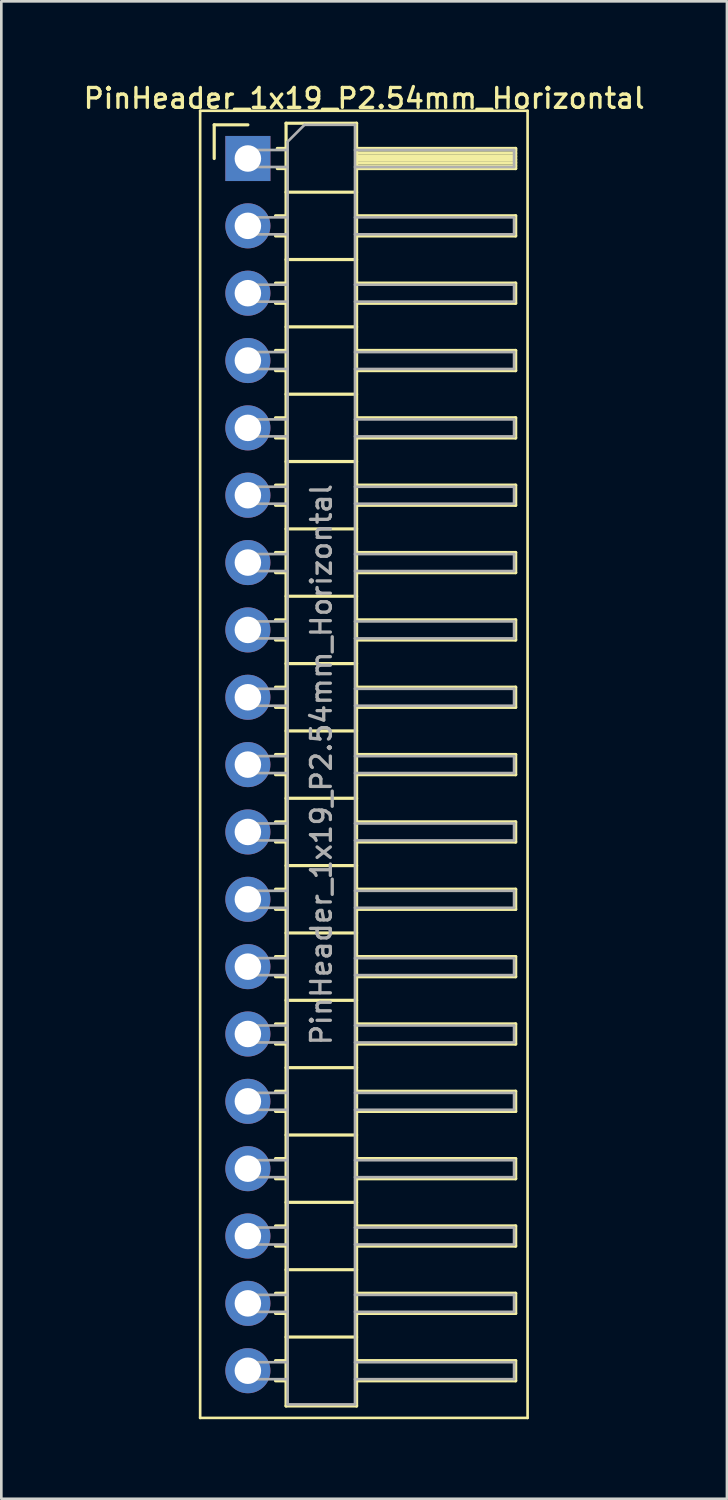
<source format=kicad_pcb>
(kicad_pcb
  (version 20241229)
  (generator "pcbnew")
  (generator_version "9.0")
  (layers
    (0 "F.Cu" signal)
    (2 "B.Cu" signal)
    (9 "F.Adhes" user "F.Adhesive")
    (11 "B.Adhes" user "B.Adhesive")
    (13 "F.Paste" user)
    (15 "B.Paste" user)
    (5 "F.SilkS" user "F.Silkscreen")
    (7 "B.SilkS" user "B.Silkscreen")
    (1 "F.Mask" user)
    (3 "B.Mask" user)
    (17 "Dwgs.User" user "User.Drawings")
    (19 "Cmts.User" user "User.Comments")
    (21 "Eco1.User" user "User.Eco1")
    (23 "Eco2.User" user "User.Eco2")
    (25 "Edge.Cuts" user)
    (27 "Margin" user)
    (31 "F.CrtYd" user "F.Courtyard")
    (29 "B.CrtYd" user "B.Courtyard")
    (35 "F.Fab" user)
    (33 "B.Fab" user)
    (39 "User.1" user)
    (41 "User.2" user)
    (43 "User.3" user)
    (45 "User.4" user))
  (footprint "PinHeader_1x19_P2.54mm_Horizontal"
    (layer "F.Cu")
    (at 6.299 2.928)
    (property "Reference" "PinHeader_1x19_P2.54mm_Horizontal" (at 4.385 -2.27 0) (layer "F.SilkS") (effects (font (size 0.75 0.75) (thickness 0.125))))
    (attr through_hole)
    (fp_line (start -1.8 -1.8) (end -1.8 47.5) (stroke (width 0.1) (type solid)) (layer "F.SilkS"))
    (fp_line (start -1.8 47.5) (end 10.55 47.5) (stroke (width 0.1) (type solid)) (layer "F.SilkS"))
    (fp_line (start -1.27 -1.27) (end 0 -1.27) (stroke (width 0.12) (type solid)) (layer "F.SilkS"))
    (fp_line (start -1.27 0) (end -1.27 -1.27) (stroke (width 0.12) (type solid)) (layer "F.SilkS"))
    (fp_line (start 1.043 2.16) (end 1.44 2.16) (stroke (width 0.12) (type solid)) (layer "F.SilkS"))
    (fp_line (start 1.043 2.92) (end 1.44 2.92) (stroke (width 0.12) (type solid)) (layer "F.SilkS"))
    (fp_line (start 1.043 4.7) (end 1.44 4.7) (stroke (width 0.12) (type solid)) (layer "F.SilkS"))
    (fp_line (start 1.043 5.46) (end 1.44 5.46) (stroke (width 0.12) (type solid)) (layer "F.SilkS"))
    (fp_line (start 1.043 7.24) (end 1.44 7.24) (stroke (width 0.12) (type solid)) (layer "F.SilkS"))
    (fp_line (start 1.043 8) (end 1.44 8) (stroke (width 0.12) (type solid)) (layer "F.SilkS"))
    (fp_line (start 1.043 9.78) (end 1.44 9.78) (stroke (width 0.12) (type solid)) (layer "F.SilkS"))
    (fp_line (start 1.043 10.54) (end 1.44 10.54) (stroke (width 0.12) (type solid)) (layer "F.SilkS"))
    (fp_line (start 1.043 12.32) (end 1.44 12.32) (stroke (width 0.12) (type solid)) (layer "F.SilkS"))
    (fp_line (start 1.043 13.08) (end 1.44 13.08) (stroke (width 0.12) (type solid)) (layer "F.SilkS"))
    (fp_line (start 1.043 14.86) (end 1.44 14.86) (stroke (width 0.12) (type solid)) (layer "F.SilkS"))
    (fp_line (start 1.043 15.62) (end 1.44 15.62) (stroke (width 0.12) (type solid)) (layer "F.SilkS"))
    (fp_line (start 1.043 17.4) (end 1.44 17.4) (stroke (width 0.12) (type solid)) (layer "F.SilkS"))
    (fp_line (start 1.043 18.16) (end 1.44 18.16) (stroke (width 0.12) (type solid)) (layer "F.SilkS"))
    (fp_line (start 1.043 19.94) (end 1.44 19.94) (stroke (width 0.12) (type solid)) (layer "F.SilkS"))
    (fp_line (start 1.043 20.7) (end 1.44 20.7) (stroke (width 0.12) (type solid)) (layer "F.SilkS"))
    (fp_line (start 1.043 22.48) (end 1.44 22.48) (stroke (width 0.12) (type solid)) (layer "F.SilkS"))
    (fp_line (start 1.043 23.24) (end 1.44 23.24) (stroke (width 0.12) (type solid)) (layer "F.SilkS"))
    (fp_line (start 1.043 25.02) (end 1.44 25.02) (stroke (width 0.12) (type solid)) (layer "F.SilkS"))
    (fp_line (start 1.043 25.78) (end 1.44 25.78) (stroke (width 0.12) (type solid)) (layer "F.SilkS"))
    (fp_line (start 1.043 27.56) (end 1.44 27.56) (stroke (width 0.12) (type solid)) (layer "F.SilkS"))
    (fp_line (start 1.043 28.32) (end 1.44 28.32) (stroke (width 0.12) (type solid)) (layer "F.SilkS"))
    (fp_line (start 1.043 30.1) (end 1.44 30.1) (stroke (width 0.12) (type solid)) (layer "F.SilkS"))
    (fp_line (start 1.043 30.86) (end 1.44 30.86) (stroke (width 0.12) (type solid)) (layer "F.SilkS"))
    (fp_line (start 1.043 32.64) (end 1.44 32.64) (stroke (width 0.12) (type solid)) (layer "F.SilkS"))
    (fp_line (start 1.043 33.4) (end 1.44 33.4) (stroke (width 0.12) (type solid)) (layer "F.SilkS"))
    (fp_line (start 1.043 35.18) (end 1.44 35.18) (stroke (width 0.12) (type solid)) (layer "F.SilkS"))
    (fp_line (start 1.043 35.94) (end 1.44 35.94) (stroke (width 0.12) (type solid)) (layer "F.SilkS"))
    (fp_line (start 1.043 37.72) (end 1.44 37.72) (stroke (width 0.12) (type solid)) (layer "F.SilkS"))
    (fp_line (start 1.043 38.48) (end 1.44 38.48) (stroke (width 0.12) (type solid)) (layer "F.SilkS"))
    (fp_line (start 1.043 40.26) (end 1.44 40.26) (stroke (width 0.12) (type solid)) (layer "F.SilkS"))
    (fp_line (start 1.043 41.02) (end 1.44 41.02) (stroke (width 0.12) (type solid)) (layer "F.SilkS"))
    (fp_line (start 1.043 42.8) (end 1.44 42.8) (stroke (width 0.12) (type solid)) (layer "F.SilkS"))
    (fp_line (start 1.043 43.56) (end 1.44 43.56) (stroke (width 0.12) (type solid)) (layer "F.SilkS"))
    (fp_line (start 1.043 45.34) (end 1.44 45.34) (stroke (width 0.12) (type solid)) (layer "F.SilkS"))
    (fp_line (start 1.043 46.1) (end 1.44 46.1) (stroke (width 0.12) (type solid)) (layer "F.SilkS"))
    (fp_line (start 1.11 -0.38) (end 1.44 -0.38) (stroke (width 0.12) (type solid)) (layer "F.SilkS"))
    (fp_line (start 1.11 0.38) (end 1.44 0.38) (stroke (width 0.12) (type solid)) (layer "F.SilkS"))
    (fp_line (start 1.44 -1.33) (end 1.44 47.05) (stroke (width 0.12) (type solid)) (layer "F.SilkS"))
    (fp_line (start 1.44 1.27) (end 4.1 1.27) (stroke (width 0.12) (type solid)) (layer "F.SilkS"))
    (fp_line (start 1.44 3.81) (end 4.1 3.81) (stroke (width 0.12) (type solid)) (layer "F.SilkS"))
    (fp_line (start 1.44 6.35) (end 4.1 6.35) (stroke (width 0.12) (type solid)) (layer "F.SilkS"))
    (fp_line (start 1.44 8.89) (end 4.1 8.89) (stroke (width 0.12) (type solid)) (layer "F.SilkS"))
    (fp_line (start 1.44 11.43) (end 4.1 11.43) (stroke (width 0.12) (type solid)) (layer "F.SilkS"))
    (fp_line (start 1.44 13.97) (end 4.1 13.97) (stroke (width 0.12) (type solid)) (layer "F.SilkS"))
    (fp_line (start 1.44 16.51) (end 4.1 16.51) (stroke (width 0.12) (type solid)) (layer "F.SilkS"))
    (fp_line (start 1.44 19.05) (end 4.1 19.05) (stroke (width 0.12) (type solid)) (layer "F.SilkS"))
    (fp_line (start 1.44 21.59) (end 4.1 21.59) (stroke (width 0.12) (type solid)) (layer "F.SilkS"))
    (fp_line (start 1.44 24.13) (end 4.1 24.13) (stroke (width 0.12) (type solid)) (layer "F.SilkS"))
    (fp_line (start 1.44 26.67) (end 4.1 26.67) (stroke (width 0.12) (type solid)) (layer "F.SilkS"))
    (fp_line (start 1.44 29.21) (end 4.1 29.21) (stroke (width 0.12) (type solid)) (layer "F.SilkS"))
    (fp_line (start 1.44 31.75) (end 4.1 31.75) (stroke (width 0.12) (type solid)) (layer "F.SilkS"))
    (fp_line (start 1.44 34.29) (end 4.1 34.29) (stroke (width 0.12) (type solid)) (layer "F.SilkS"))
    (fp_line (start 1.44 36.83) (end 4.1 36.83) (stroke (width 0.12) (type solid)) (layer "F.SilkS"))
    (fp_line (start 1.44 39.37) (end 4.1 39.37) (stroke (width 0.12) (type solid)) (layer "F.SilkS"))
    (fp_line (start 1.44 41.91) (end 4.1 41.91) (stroke (width 0.12) (type solid)) (layer "F.SilkS"))
    (fp_line (start 1.44 44.45) (end 4.1 44.45) (stroke (width 0.12) (type solid)) (layer "F.SilkS"))
    (fp_line (start 1.44 47.05) (end 4.1 47.05) (stroke (width 0.12) (type solid)) (layer "F.SilkS"))
    (fp_line (start 4.1 -1.33) (end 1.44 -1.33) (stroke (width 0.12) (type solid)) (layer "F.SilkS"))
    (fp_line (start 4.1 -0.38) (end 10.1 -0.38) (stroke (width 0.12) (type solid)) (layer "F.SilkS"))
    (fp_line (start 4.1 -0.32) (end 10.1 -0.32) (stroke (width 0.12) (type solid)) (layer "F.SilkS"))
    (fp_line (start 4.1 -0.2) (end 10.1 -0.2) (stroke (width 0.12) (type solid)) (layer "F.SilkS"))
    (fp_line (start 4.1 -0.08) (end 10.1 -0.08) (stroke (width 0.12) (type solid)) (layer "F.SilkS"))
    (fp_line (start 4.1 0.04) (end 10.1 0.04) (stroke (width 0.12) (type solid)) (layer "F.SilkS"))
    (fp_line (start 4.1 0.16) (end 10.1 0.16) (stroke (width 0.12) (type solid)) (layer "F.SilkS"))
    (fp_line (start 4.1 0.28) (end 10.1 0.28) (stroke (width 0.12) (type solid)) (layer "F.SilkS"))
    (fp_line (start 4.1 2.16) (end 10.1 2.16) (stroke (width 0.12) (type solid)) (layer "F.SilkS"))
    (fp_line (start 4.1 4.7) (end 10.1 4.7) (stroke (width 0.12) (type solid)) (layer "F.SilkS"))
    (fp_line (start 4.1 7.24) (end 10.1 7.24) (stroke (width 0.12) (type solid)) (layer "F.SilkS"))
    (fp_line (start 4.1 9.78) (end 10.1 9.78) (stroke (width 0.12) (type solid)) (layer "F.SilkS"))
    (fp_line (start 4.1 12.32) (end 10.1 12.32) (stroke (width 0.12) (type solid)) (layer "F.SilkS"))
    (fp_line (start 4.1 14.86) (end 10.1 14.86) (stroke (width 0.12) (type solid)) (layer "F.SilkS"))
    (fp_line (start 4.1 17.4) (end 10.1 17.4) (stroke (width 0.12) (type solid)) (layer "F.SilkS"))
    (fp_line (start 4.1 19.94) (end 10.1 19.94) (stroke (width 0.12) (type solid)) (layer "F.SilkS"))
    (fp_line (start 4.1 22.48) (end 10.1 22.48) (stroke (width 0.12) (type solid)) (layer "F.SilkS"))
    (fp_line (start 4.1 25.02) (end 10.1 25.02) (stroke (width 0.12) (type solid)) (layer "F.SilkS"))
    (fp_line (start 4.1 27.56) (end 10.1 27.56) (stroke (width 0.12) (type solid)) (layer "F.SilkS"))
    (fp_line (start 4.1 30.1) (end 10.1 30.1) (stroke (width 0.12) (type solid)) (layer "F.SilkS"))
    (fp_line (start 4.1 32.64) (end 10.1 32.64) (stroke (width 0.12) (type solid)) (layer "F.SilkS"))
    (fp_line (start 4.1 35.18) (end 10.1 35.18) (stroke (width 0.12) (type solid)) (layer "F.SilkS"))
    (fp_line (start 4.1 37.72) (end 10.1 37.72) (stroke (width 0.12) (type solid)) (layer "F.SilkS"))
    (fp_line (start 4.1 40.26) (end 10.1 40.26) (stroke (width 0.12) (type solid)) (layer "F.SilkS"))
    (fp_line (start 4.1 42.8) (end 10.1 42.8) (stroke (width 0.12) (type solid)) (layer "F.SilkS"))
    (fp_line (start 4.1 45.34) (end 10.1 45.34) (stroke (width 0.12) (type solid)) (layer "F.SilkS"))
    (fp_line (start 4.1 47.05) (end 4.1 -1.33) (stroke (width 0.12) (type solid)) (layer "F.SilkS"))
    (fp_line (start 10.1 -0.38) (end 10.1 0.38) (stroke (width 0.12) (type solid)) (layer "F.SilkS"))
    (fp_line (start 10.1 0.38) (end 4.1 0.38) (stroke (width 0.12) (type solid)) (layer "F.SilkS"))
    (fp_line (start 10.1 2.16) (end 10.1 2.92) (stroke (width 0.12) (type solid)) (layer "F.SilkS"))
    (fp_line (start 10.1 2.92) (end 4.1 2.92) (stroke (width 0.12) (type solid)) (layer "F.SilkS"))
    (fp_line (start 10.1 4.7) (end 10.1 5.46) (stroke (width 0.12) (type solid)) (layer "F.SilkS"))
    (fp_line (start 10.1 5.46) (end 4.1 5.46) (stroke (width 0.12) (type solid)) (layer "F.SilkS"))
    (fp_line (start 10.1 7.24) (end 10.1 8) (stroke (width 0.12) (type solid)) (layer "F.SilkS"))
    (fp_line (start 10.1 8) (end 4.1 8) (stroke (width 0.12) (type solid)) (layer "F.SilkS"))
    (fp_line (start 10.1 9.78) (end 10.1 10.54) (stroke (width 0.12) (type solid)) (layer "F.SilkS"))
    (fp_line (start 10.1 10.54) (end 4.1 10.54) (stroke (width 0.12) (type solid)) (layer "F.SilkS"))
    (fp_line (start 10.1 12.32) (end 10.1 13.08) (stroke (width 0.12) (type solid)) (layer "F.SilkS"))
    (fp_line (start 10.1 13.08) (end 4.1 13.08) (stroke (width 0.12) (type solid)) (layer "F.SilkS"))
    (fp_line (start 10.1 14.86) (end 10.1 15.62) (stroke (width 0.12) (type solid)) (layer "F.SilkS"))
    (fp_line (start 10.1 15.62) (end 4.1 15.62) (stroke (width 0.12) (type solid)) (layer "F.SilkS"))
    (fp_line (start 10.1 17.4) (end 10.1 18.16) (stroke (width 0.12) (type solid)) (layer "F.SilkS"))
    (fp_line (start 10.1 18.16) (end 4.1 18.16) (stroke (width 0.12) (type solid)) (layer "F.SilkS"))
    (fp_line (start 10.1 19.94) (end 10.1 20.7) (stroke (width 0.12) (type solid)) (layer "F.SilkS"))
    (fp_line (start 10.1 20.7) (end 4.1 20.7) (stroke (width 0.12) (type solid)) (layer "F.SilkS"))
    (fp_line (start 10.1 22.48) (end 10.1 23.24) (stroke (width 0.12) (type solid)) (layer "F.SilkS"))
    (fp_line (start 10.1 23.24) (end 4.1 23.24) (stroke (width 0.12) (type solid)) (layer "F.SilkS"))
    (fp_line (start 10.1 25.02) (end 10.1 25.78) (stroke (width 0.12) (type solid)) (layer "F.SilkS"))
    (fp_line (start 10.1 25.78) (end 4.1 25.78) (stroke (width 0.12) (type solid)) (layer "F.SilkS"))
    (fp_line (start 10.1 27.56) (end 10.1 28.32) (stroke (width 0.12) (type solid)) (layer "F.SilkS"))
    (fp_line (start 10.1 28.32) (end 4.1 28.32) (stroke (width 0.12) (type solid)) (layer "F.SilkS"))
    (fp_line (start 10.1 30.1) (end 10.1 30.86) (stroke (width 0.12) (type solid)) (layer "F.SilkS"))
    (fp_line (start 10.1 30.86) (end 4.1 30.86) (stroke (width 0.12) (type solid)) (layer "F.SilkS"))
    (fp_line (start 10.1 32.64) (end 10.1 33.4) (stroke (width 0.12) (type solid)) (layer "F.SilkS"))
    (fp_line (start 10.1 33.4) (end 4.1 33.4) (stroke (width 0.12) (type solid)) (layer "F.SilkS"))
    (fp_line (start 10.1 35.18) (end 10.1 35.94) (stroke (width 0.12) (type solid)) (layer "F.SilkS"))
    (fp_line (start 10.1 35.94) (end 4.1 35.94) (stroke (width 0.12) (type solid)) (layer "F.SilkS"))
    (fp_line (start 10.1 37.72) (end 10.1 38.48) (stroke (width 0.12) (type solid)) (layer "F.SilkS"))
    (fp_line (start 10.1 38.48) (end 4.1 38.48) (stroke (width 0.12) (type solid)) (layer "F.SilkS"))
    (fp_line (start 10.1 40.26) (end 10.1 41.02) (stroke (width 0.12) (type solid)) (layer "F.SilkS"))
    (fp_line (start 10.1 41.02) (end 4.1 41.02) (stroke (width 0.12) (type solid)) (layer "F.SilkS"))
    (fp_line (start 10.1 42.8) (end 10.1 43.56) (stroke (width 0.12) (type solid)) (layer "F.SilkS"))
    (fp_line (start 10.1 43.56) (end 4.1 43.56) (stroke (width 0.12) (type solid)) (layer "F.SilkS"))
    (fp_line (start 10.1 45.34) (end 10.1 46.1) (stroke (width 0.12) (type solid)) (layer "F.SilkS"))
    (fp_line (start 10.1 46.1) (end 4.1 46.1) (stroke (width 0.12) (type solid)) (layer "F.SilkS"))
    (fp_line (start 10.55 -1.8) (end -1.8 -1.8) (stroke (width 0.1) (type solid)) (layer "F.SilkS"))
    (fp_line (start 10.55 47.5) (end 10.55 -1.8) (stroke (width 0.1) (type solid)) (layer "F.SilkS"))
    (fp_line (start -0.32 -0.32) (end -0.32 0.32) (stroke (width 0.1) (type solid)) (layer "F.Fab"))
    (fp_line (start -0.32 -0.32) (end 1.5 -0.32) (stroke (width 0.1) (type solid)) (layer "F.Fab"))
    (fp_line (start -0.32 0.32) (end 1.5 0.32) (stroke (width 0.1) (type solid)) (layer "F.Fab"))
    (fp_line (start -0.32 2.22) (end -0.32 2.86) (stroke (width 0.1) (type solid)) (layer "F.Fab"))
    (fp_line (start -0.32 2.22) (end 1.5 2.22) (stroke (width 0.1) (type solid)) (layer "F.Fab"))
    (fp_line (start -0.32 2.86) (end 1.5 2.86) (stroke (width 0.1) (type solid)) (layer "F.Fab"))
    (fp_line (start -0.32 4.76) (end -0.32 5.4) (stroke (width 0.1) (type solid)) (layer "F.Fab"))
    (fp_line (start -0.32 4.76) (end 1.5 4.76) (stroke (width 0.1) (type solid)) (layer "F.Fab"))
    (fp_line (start -0.32 5.4) (end 1.5 5.4) (stroke (width 0.1) (type solid)) (layer "F.Fab"))
    (fp_line (start -0.32 7.3) (end -0.32 7.94) (stroke (width 0.1) (type solid)) (layer "F.Fab"))
    (fp_line (start -0.32 7.3) (end 1.5 7.3) (stroke (width 0.1) (type solid)) (layer "F.Fab"))
    (fp_line (start -0.32 7.94) (end 1.5 7.94) (stroke (width 0.1) (type solid)) (layer "F.Fab"))
    (fp_line (start -0.32 9.84) (end -0.32 10.48) (stroke (width 0.1) (type solid)) (layer "F.Fab"))
    (fp_line (start -0.32 9.84) (end 1.5 9.84) (stroke (width 0.1) (type solid)) (layer "F.Fab"))
    (fp_line (start -0.32 10.48) (end 1.5 10.48) (stroke (width 0.1) (type solid)) (layer "F.Fab"))
    (fp_line (start -0.32 12.38) (end -0.32 13.02) (stroke (width 0.1) (type solid)) (layer "F.Fab"))
    (fp_line (start -0.32 12.38) (end 1.5 12.38) (stroke (width 0.1) (type solid)) (layer "F.Fab"))
    (fp_line (start -0.32 13.02) (end 1.5 13.02) (stroke (width 0.1) (type solid)) (layer "F.Fab"))
    (fp_line (start -0.32 14.92) (end -0.32 15.56) (stroke (width 0.1) (type solid)) (layer "F.Fab"))
    (fp_line (start -0.32 14.92) (end 1.5 14.92) (stroke (width 0.1) (type solid)) (layer "F.Fab"))
    (fp_line (start -0.32 15.56) (end 1.5 15.56) (stroke (width 0.1) (type solid)) (layer "F.Fab"))
    (fp_line (start -0.32 17.46) (end -0.32 18.1) (stroke (width 0.1) (type solid)) (layer "F.Fab"))
    (fp_line (start -0.32 17.46) (end 1.5 17.46) (stroke (width 0.1) (type solid)) (layer "F.Fab"))
    (fp_line (start -0.32 18.1) (end 1.5 18.1) (stroke (width 0.1) (type solid)) (layer "F.Fab"))
    (fp_line (start -0.32 20) (end -0.32 20.64) (stroke (width 0.1) (type solid)) (layer "F.Fab"))
    (fp_line (start -0.32 20) (end 1.5 20) (stroke (width 0.1) (type solid)) (layer "F.Fab"))
    (fp_line (start -0.32 20.64) (end 1.5 20.64) (stroke (width 0.1) (type solid)) (layer "F.Fab"))
    (fp_line (start -0.32 22.54) (end -0.32 23.18) (stroke (width 0.1) (type solid)) (layer "F.Fab"))
    (fp_line (start -0.32 22.54) (end 1.5 22.54) (stroke (width 0.1) (type solid)) (layer "F.Fab"))
    (fp_line (start -0.32 23.18) (end 1.5 23.18) (stroke (width 0.1) (type solid)) (layer "F.Fab"))
    (fp_line (start -0.32 25.08) (end -0.32 25.72) (stroke (width 0.1) (type solid)) (layer "F.Fab"))
    (fp_line (start -0.32 25.08) (end 1.5 25.08) (stroke (width 0.1) (type solid)) (layer "F.Fab"))
    (fp_line (start -0.32 25.72) (end 1.5 25.72) (stroke (width 0.1) (type solid)) (layer "F.Fab"))
    (fp_line (start -0.32 27.62) (end -0.32 28.26) (stroke (width 0.1) (type solid)) (layer "F.Fab"))
    (fp_line (start -0.32 27.62) (end 1.5 27.62) (stroke (width 0.1) (type solid)) (layer "F.Fab"))
    (fp_line (start -0.32 28.26) (end 1.5 28.26) (stroke (width 0.1) (type solid)) (layer "F.Fab"))
    (fp_line (start -0.32 30.16) (end -0.32 30.8) (stroke (width 0.1) (type solid)) (layer "F.Fab"))
    (fp_line (start -0.32 30.16) (end 1.5 30.16) (stroke (width 0.1) (type solid)) (layer "F.Fab"))
    (fp_line (start -0.32 30.8) (end 1.5 30.8) (stroke (width 0.1) (type solid)) (layer "F.Fab"))
    (fp_line (start -0.32 32.7) (end -0.32 33.34) (stroke (width 0.1) (type solid)) (layer "F.Fab"))
    (fp_line (start -0.32 32.7) (end 1.5 32.7) (stroke (width 0.1) (type solid)) (layer "F.Fab"))
    (fp_line (start -0.32 33.34) (end 1.5 33.34) (stroke (width 0.1) (type solid)) (layer "F.Fab"))
    (fp_line (start -0.32 35.24) (end -0.32 35.88) (stroke (width 0.1) (type solid)) (layer "F.Fab"))
    (fp_line (start -0.32 35.24) (end 1.5 35.24) (stroke (width 0.1) (type solid)) (layer "F.Fab"))
    (fp_line (start -0.32 35.88) (end 1.5 35.88) (stroke (width 0.1) (type solid)) (layer "F.Fab"))
    (fp_line (start -0.32 37.78) (end -0.32 38.42) (stroke (width 0.1) (type solid)) (layer "F.Fab"))
    (fp_line (start -0.32 37.78) (end 1.5 37.78) (stroke (width 0.1) (type solid)) (layer "F.Fab"))
    (fp_line (start -0.32 38.42) (end 1.5 38.42) (stroke (width 0.1) (type solid)) (layer "F.Fab"))
    (fp_line (start -0.32 40.32) (end -0.32 40.96) (stroke (width 0.1) (type solid)) (layer "F.Fab"))
    (fp_line (start -0.32 40.32) (end 1.5 40.32) (stroke (width 0.1) (type solid)) (layer "F.Fab"))
    (fp_line (start -0.32 40.96) (end 1.5 40.96) (stroke (width 0.1) (type solid)) (layer "F.Fab"))
    (fp_line (start -0.32 42.86) (end -0.32 43.5) (stroke (width 0.1) (type solid)) (layer "F.Fab"))
    (fp_line (start -0.32 42.86) (end 1.5 42.86) (stroke (width 0.1) (type solid)) (layer "F.Fab"))
    (fp_line (start -0.32 43.5) (end 1.5 43.5) (stroke (width 0.1) (type solid)) (layer "F.Fab"))
    (fp_line (start -0.32 45.4) (end -0.32 46.04) (stroke (width 0.1) (type solid)) (layer "F.Fab"))
    (fp_line (start -0.32 45.4) (end 1.5 45.4) (stroke (width 0.1) (type solid)) (layer "F.Fab"))
    (fp_line (start -0.32 46.04) (end 1.5 46.04) (stroke (width 0.1) (type solid)) (layer "F.Fab"))
    (fp_line (start 1.5 -0.635) (end 2.135 -1.27) (stroke (width 0.1) (type solid)) (layer "F.Fab"))
    (fp_line (start 1.5 46.99) (end 1.5 -0.635) (stroke (width 0.1) (type solid)) (layer "F.Fab"))
    (fp_line (start 2.135 -1.27) (end 4.04 -1.27) (stroke (width 0.1) (type solid)) (layer "F.Fab"))
    (fp_line (start 4.04 -1.27) (end 4.04 46.99) (stroke (width 0.1) (type solid)) (layer "F.Fab"))
    (fp_line (start 4.04 -0.32) (end 10.04 -0.32) (stroke (width 0.1) (type solid)) (layer "F.Fab"))
    (fp_line (start 4.04 0.32) (end 10.04 0.32) (stroke (width 0.1) (type solid)) (layer "F.Fab"))
    (fp_line (start 4.04 2.22) (end 10.04 2.22) (stroke (width 0.1) (type solid)) (layer "F.Fab"))
    (fp_line (start 4.04 2.86) (end 10.04 2.86) (stroke (width 0.1) (type solid)) (layer "F.Fab"))
    (fp_line (start 4.04 4.76) (end 10.04 4.76) (stroke (width 0.1) (type solid)) (layer "F.Fab"))
    (fp_line (start 4.04 5.4) (end 10.04 5.4) (stroke (width 0.1) (type solid)) (layer "F.Fab"))
    (fp_line (start 4.04 7.3) (end 10.04 7.3) (stroke (width 0.1) (type solid)) (layer "F.Fab"))
    (fp_line (start 4.04 7.94) (end 10.04 7.94) (stroke (width 0.1) (type solid)) (layer "F.Fab"))
    (fp_line (start 4.04 9.84) (end 10.04 9.84) (stroke (width 0.1) (type solid)) (layer "F.Fab"))
    (fp_line (start 4.04 10.48) (end 10.04 10.48) (stroke (width 0.1) (type solid)) (layer "F.Fab"))
    (fp_line (start 4.04 12.38) (end 10.04 12.38) (stroke (width 0.1) (type solid)) (layer "F.Fab"))
    (fp_line (start 4.04 13.02) (end 10.04 13.02) (stroke (width 0.1) (type solid)) (layer "F.Fab"))
    (fp_line (start 4.04 14.92) (end 10.04 14.92) (stroke (width 0.1) (type solid)) (layer "F.Fab"))
    (fp_line (start 4.04 15.56) (end 10.04 15.56) (stroke (width 0.1) (type solid)) (layer "F.Fab"))
    (fp_line (start 4.04 17.46) (end 10.04 17.46) (stroke (width 0.1) (type solid)) (layer "F.Fab"))
    (fp_line (start 4.04 18.1) (end 10.04 18.1) (stroke (width 0.1) (type solid)) (layer "F.Fab"))
    (fp_line (start 4.04 20) (end 10.04 20) (stroke (width 0.1) (type solid)) (layer "F.Fab"))
    (fp_line (start 4.04 20.64) (end 10.04 20.64) (stroke (width 0.1) (type solid)) (layer "F.Fab"))
    (fp_line (start 4.04 22.54) (end 10.04 22.54) (stroke (width 0.1) (type solid)) (layer "F.Fab"))
    (fp_line (start 4.04 23.18) (end 10.04 23.18) (stroke (width 0.1) (type solid)) (layer "F.Fab"))
    (fp_line (start 4.04 25.08) (end 10.04 25.08) (stroke (width 0.1) (type solid)) (layer "F.Fab"))
    (fp_line (start 4.04 25.72) (end 10.04 25.72) (stroke (width 0.1) (type solid)) (layer "F.Fab"))
    (fp_line (start 4.04 27.62) (end 10.04 27.62) (stroke (width 0.1) (type solid)) (layer "F.Fab"))
    (fp_line (start 4.04 28.26) (end 10.04 28.26) (stroke (width 0.1) (type solid)) (layer "F.Fab"))
    (fp_line (start 4.04 30.16) (end 10.04 30.16) (stroke (width 0.1) (type solid)) (layer "F.Fab"))
    (fp_line (start 4.04 30.8) (end 10.04 30.8) (stroke (width 0.1) (type solid)) (layer "F.Fab"))
    (fp_line (start 4.04 32.7) (end 10.04 32.7) (stroke (width 0.1) (type solid)) (layer "F.Fab"))
    (fp_line (start 4.04 33.34) (end 10.04 33.34) (stroke (width 0.1) (type solid)) (layer "F.Fab"))
    (fp_line (start 4.04 35.24) (end 10.04 35.24) (stroke (width 0.1) (type solid)) (layer "F.Fab"))
    (fp_line (start 4.04 35.88) (end 10.04 35.88) (stroke (width 0.1) (type solid)) (layer "F.Fab"))
    (fp_line (start 4.04 37.78) (end 10.04 37.78) (stroke (width 0.1) (type solid)) (layer "F.Fab"))
    (fp_line (start 4.04 38.42) (end 10.04 38.42) (stroke (width 0.1) (type solid)) (layer "F.Fab"))
    (fp_line (start 4.04 40.32) (end 10.04 40.32) (stroke (width 0.1) (type solid)) (layer "F.Fab"))
    (fp_line (start 4.04 40.96) (end 10.04 40.96) (stroke (width 0.1) (type solid)) (layer "F.Fab"))
    (fp_line (start 4.04 42.86) (end 10.04 42.86) (stroke (width 0.1) (type solid)) (layer "F.Fab"))
    (fp_line (start 4.04 43.5) (end 10.04 43.5) (stroke (width 0.1) (type solid)) (layer "F.Fab"))
    (fp_line (start 4.04 45.4) (end 10.04 45.4) (stroke (width 0.1) (type solid)) (layer "F.Fab"))
    (fp_line (start 4.04 46.04) (end 10.04 46.04) (stroke (width 0.1) (type solid)) (layer "F.Fab"))
    (fp_line (start 4.04 46.99) (end 1.5 46.99) (stroke (width 0.1) (type solid)) (layer "F.Fab"))
    (fp_line (start 10.04 -0.32) (end 10.04 0.32) (stroke (width 0.1) (type solid)) (layer "F.Fab"))
    (fp_line (start 10.04 2.22) (end 10.04 2.86) (stroke (width 0.1) (type solid)) (layer "F.Fab"))
    (fp_line (start 10.04 4.76) (end 10.04 5.4) (stroke (width 0.1) (type solid)) (layer "F.Fab"))
    (fp_line (start 10.04 7.3) (end 10.04 7.94) (stroke (width 0.1) (type solid)) (layer "F.Fab"))
    (fp_line (start 10.04 9.84) (end 10.04 10.48) (stroke (width 0.1) (type solid)) (layer "F.Fab"))
    (fp_line (start 10.04 12.38) (end 10.04 13.02) (stroke (width 0.1) (type solid)) (layer "F.Fab"))
    (fp_line (start 10.04 14.92) (end 10.04 15.56) (stroke (width 0.1) (type solid)) (layer "F.Fab"))
    (fp_line (start 10.04 17.46) (end 10.04 18.1) (stroke (width 0.1) (type solid)) (layer "F.Fab"))
    (fp_line (start 10.04 20) (end 10.04 20.64) (stroke (width 0.1) (type solid)) (layer "F.Fab"))
    (fp_line (start 10.04 22.54) (end 10.04 23.18) (stroke (width 0.1) (type solid)) (layer "F.Fab"))
    (fp_line (start 10.04 25.08) (end 10.04 25.72) (stroke (width 0.1) (type solid)) (layer "F.Fab"))
    (fp_line (start 10.04 27.62) (end 10.04 28.26) (stroke (width 0.1) (type solid)) (layer "F.Fab"))
    (fp_line (start 10.04 30.16) (end 10.04 30.8) (stroke (width 0.1) (type solid)) (layer "F.Fab"))
    (fp_line (start 10.04 32.7) (end 10.04 33.34) (stroke (width 0.1) (type solid)) (layer "F.Fab"))
    (fp_line (start 10.04 35.24) (end 10.04 35.88) (stroke (width 0.1) (type solid)) (layer "F.Fab"))
    (fp_line (start 10.04 37.78) (end 10.04 38.42) (stroke (width 0.1) (type solid)) (layer "F.Fab"))
    (fp_line (start 10.04 40.32) (end 10.04 40.96) (stroke (width 0.1) (type solid)) (layer "F.Fab"))
    (fp_line (start 10.04 42.86) (end 10.04 43.5) (stroke (width 0.1) (type solid)) (layer "F.Fab"))
    (fp_line (start 10.04 45.4) (end 10.04 46.04) (stroke (width 0.1) (type solid)) (layer "F.Fab"))
    (fp_text user "${REFERENCE}" (at 2.77 22.86 90) (layer "F.Fab") (effects (font (size 0.75 0.75) (thickness 0.125))))
    (pad "1" thru_hole rect (at 0 0) (size 1.7 1.7) (drill 1) (layers "*.Cu" "*.Mask"))
    (pad "2" thru_hole oval (at 0 2.54) (size 1.7 1.7) (drill 1) (layers "*.Cu" "*.Mask"))
    (pad "3" thru_hole oval (at 0 5.08) (size 1.7 1.7) (drill 1) (layers "*.Cu" "*.Mask"))
    (pad "4" thru_hole oval (at 0 7.62) (size 1.7 1.7) (drill 1) (layers "*.Cu" "*.Mask"))
    (pad "5" thru_hole oval (at 0 10.16) (size 1.7 1.7) (drill 1) (layers "*.Cu" "*.Mask"))
    (pad "6" thru_hole oval (at 0 12.7) (size 1.7 1.7) (drill 1) (layers "*.Cu" "*.Mask"))
    (pad "7" thru_hole oval (at 0 15.24) (size 1.7 1.7) (drill 1) (layers "*.Cu" "*.Mask"))
    (pad "8" thru_hole oval (at 0 17.78) (size 1.7 1.7) (drill 1) (layers "*.Cu" "*.Mask"))
    (pad "9" thru_hole oval (at 0 20.32) (size 1.7 1.7) (drill 1) (layers "*.Cu" "*.Mask"))
    (pad "10" thru_hole oval (at 0 22.86) (size 1.7 1.7) (drill 1) (layers "*.Cu" "*.Mask"))
    (pad "11" thru_hole oval (at 0 25.4) (size 1.7 1.7) (drill 1) (layers "*.Cu" "*.Mask"))
    (pad "12" thru_hole oval (at 0 27.94) (size 1.7 1.7) (drill 1) (layers "*.Cu" "*.Mask"))
    (pad "13" thru_hole oval (at 0 30.48) (size 1.7 1.7) (drill 1) (layers "*.Cu" "*.Mask"))
    (pad "14" thru_hole oval (at 0 33.02) (size 1.7 1.7) (drill 1) (layers "*.Cu" "*.Mask"))
    (pad "15" thru_hole oval (at 0 35.56) (size 1.7 1.7) (drill 1) (layers "*.Cu" "*.Mask"))
    (pad "16" thru_hole oval (at 0 38.1) (size 1.7 1.7) (drill 1) (layers "*.Cu" "*.Mask"))
    (pad "17" thru_hole oval (at 0 40.64) (size 1.7 1.7) (drill 1) (layers "*.Cu" "*.Mask"))
    (pad "18" thru_hole oval (at 0 43.18) (size 1.7 1.7) (drill 1) (layers "*.Cu" "*.Mask"))
    (pad "19" thru_hole oval (at 0 45.72) (size 1.7 1.7) (drill 1) (layers "*.Cu" "*.Mask")))
  (gr_rect
    (start -3 -3)
    (end 24.368 53.478)
    (stroke (width 0.1) (type default))
    (fill no)
    (layer "Edge.Cuts")))
</source>
